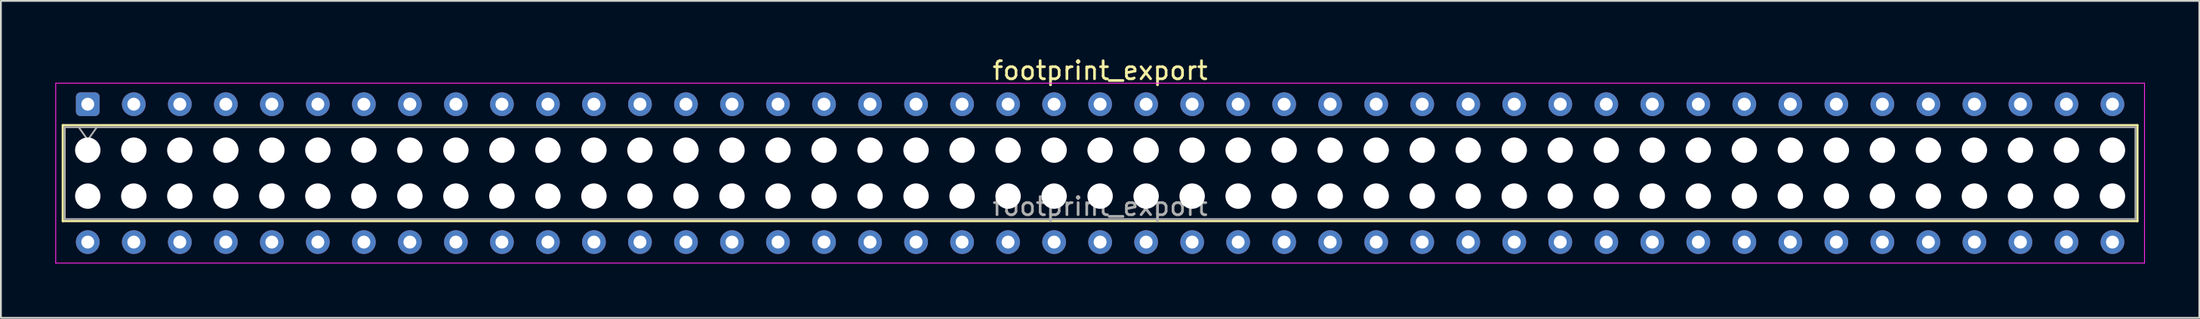
<source format=kicad_pcb>
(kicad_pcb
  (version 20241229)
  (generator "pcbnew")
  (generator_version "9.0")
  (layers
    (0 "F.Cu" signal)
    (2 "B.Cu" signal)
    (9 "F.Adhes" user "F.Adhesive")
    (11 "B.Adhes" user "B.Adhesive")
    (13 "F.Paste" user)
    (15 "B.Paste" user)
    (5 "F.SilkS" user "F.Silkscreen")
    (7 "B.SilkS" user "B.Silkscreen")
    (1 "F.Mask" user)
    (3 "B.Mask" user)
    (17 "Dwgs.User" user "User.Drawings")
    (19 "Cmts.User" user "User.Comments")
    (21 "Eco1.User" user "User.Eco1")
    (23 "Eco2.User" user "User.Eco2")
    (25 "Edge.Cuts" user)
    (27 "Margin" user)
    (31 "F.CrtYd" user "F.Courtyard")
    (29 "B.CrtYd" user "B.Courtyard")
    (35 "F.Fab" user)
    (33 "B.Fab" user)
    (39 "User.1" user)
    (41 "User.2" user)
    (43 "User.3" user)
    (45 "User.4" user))
  (footprint "footprint_export"
    (layer "F.Cu")
    (at 1.795 2.708)
    (property "Reference" "footprint_export" (at 55.88 -1.86 0) (layer "F.SilkS") (effects (font (size 1 1) (thickness 0.15))))
    (attr through_hole)
    (fp_line (start -1.38 1.16) (end 113.14 1.16) (stroke (width 0.12) (type solid)) (layer "F.SilkS"))
    (fp_line (start -1.38 6.46) (end -1.38 1.16) (stroke (width 0.12) (type solid)) (layer "F.SilkS"))
    (fp_line (start 113.14 1.16) (end 113.14 6.46) (stroke (width 0.12) (type solid)) (layer "F.SilkS"))
    (fp_line (start 113.14 6.46) (end -1.38 6.46) (stroke (width 0.12) (type solid)) (layer "F.SilkS"))
    (fp_line (start -1.77 -1.16) (end 113.53 -1.16) (stroke (width 0.05) (type solid)) (layer "F.CrtYd"))
    (fp_line (start -1.77 8.78) (end -1.77 -1.16) (stroke (width 0.05) (type solid)) (layer "F.CrtYd"))
    (fp_line (start 113.53 -1.16) (end 113.53 8.78) (stroke (width 0.05) (type solid)) (layer "F.CrtYd"))
    (fp_line (start 113.53 8.78) (end -1.77 8.78) (stroke (width 0.05) (type solid)) (layer "F.CrtYd"))
    (fp_line (start -1.27 1.27) (end 113.03 1.27) (stroke (width 0.1) (type solid)) (layer "F.Fab"))
    (fp_line (start -1.27 6.35) (end -1.27 1.27) (stroke (width 0.1) (type solid)) (layer "F.Fab"))
    (fp_line (start -0.5 1.27) (end 0 1.977) (stroke (width 0.1) (type solid)) (layer "F.Fab"))
    (fp_line (start 0 1.977) (end 0.5 1.27) (stroke (width 0.1) (type solid)) (layer "F.Fab"))
    (fp_line (start 113.03 1.27) (end 113.03 6.35) (stroke (width 0.1) (type solid)) (layer "F.Fab"))
    (fp_line (start 113.03 6.35) (end -1.27 6.35) (stroke (width 0.1) (type solid)) (layer "F.Fab"))
    (fp_text user "${REFERENCE}" (at 55.88 5.65 0) (layer "F.Fab") (effects (font (size 1 1) (thickness 0.15))))
    (pad "" np_thru_hole circle (at 0 2.54) (size 1.4 1.4) (drill 1.4) (layers "*.Cu" "*.Mask"))
    (pad "" np_thru_hole circle (at 0 5.08) (size 1.4 1.4) (drill 1.4) (layers "*.Cu" "*.Mask"))
    (pad "" np_thru_hole circle (at 2.54 2.54) (size 1.4 1.4) (drill 1.4) (layers "*.Cu" "*.Mask"))
    (pad "" np_thru_hole circle (at 2.54 5.08) (size 1.4 1.4) (drill 1.4) (layers "*.Cu" "*.Mask"))
    (pad "" np_thru_hole circle (at 5.08 2.54) (size 1.4 1.4) (drill 1.4) (layers "*.Cu" "*.Mask"))
    (pad "" np_thru_hole circle (at 5.08 5.08) (size 1.4 1.4) (drill 1.4) (layers "*.Cu" "*.Mask"))
    (pad "" np_thru_hole circle (at 7.62 2.54) (size 1.4 1.4) (drill 1.4) (layers "*.Cu" "*.Mask"))
    (pad "" np_thru_hole circle (at 7.62 5.08) (size 1.4 1.4) (drill 1.4) (layers "*.Cu" "*.Mask"))
    (pad "" np_thru_hole circle (at 10.16 2.54) (size 1.4 1.4) (drill 1.4) (layers "*.Cu" "*.Mask"))
    (pad "" np_thru_hole circle (at 10.16 5.08) (size 1.4 1.4) (drill 1.4) (layers "*.Cu" "*.Mask"))
    (pad "" np_thru_hole circle (at 12.7 2.54) (size 1.4 1.4) (drill 1.4) (layers "*.Cu" "*.Mask"))
    (pad "" np_thru_hole circle (at 12.7 5.08) (size 1.4 1.4) (drill 1.4) (layers "*.Cu" "*.Mask"))
    (pad "" np_thru_hole circle (at 15.24 2.54) (size 1.4 1.4) (drill 1.4) (layers "*.Cu" "*.Mask"))
    (pad "" np_thru_hole circle (at 15.24 5.08) (size 1.4 1.4) (drill 1.4) (layers "*.Cu" "*.Mask"))
    (pad "" np_thru_hole circle (at 17.78 2.54) (size 1.4 1.4) (drill 1.4) (layers "*.Cu" "*.Mask"))
    (pad "" np_thru_hole circle (at 17.78 5.08) (size 1.4 1.4) (drill 1.4) (layers "*.Cu" "*.Mask"))
    (pad "" np_thru_hole circle (at 20.32 2.54) (size 1.4 1.4) (drill 1.4) (layers "*.Cu" "*.Mask"))
    (pad "" np_thru_hole circle (at 20.32 5.08) (size 1.4 1.4) (drill 1.4) (layers "*.Cu" "*.Mask"))
    (pad "" np_thru_hole circle (at 22.86 2.54) (size 1.4 1.4) (drill 1.4) (layers "*.Cu" "*.Mask"))
    (pad "" np_thru_hole circle (at 22.86 5.08) (size 1.4 1.4) (drill 1.4) (layers "*.Cu" "*.Mask"))
    (pad "" np_thru_hole circle (at 25.4 2.54) (size 1.4 1.4) (drill 1.4) (layers "*.Cu" "*.Mask"))
    (pad "" np_thru_hole circle (at 25.4 5.08) (size 1.4 1.4) (drill 1.4) (layers "*.Cu" "*.Mask"))
    (pad "" np_thru_hole circle (at 27.94 2.54) (size 1.4 1.4) (drill 1.4) (layers "*.Cu" "*.Mask"))
    (pad "" np_thru_hole circle (at 27.94 5.08) (size 1.4 1.4) (drill 1.4) (layers "*.Cu" "*.Mask"))
    (pad "" np_thru_hole circle (at 30.48 2.54) (size 1.4 1.4) (drill 1.4) (layers "*.Cu" "*.Mask"))
    (pad "" np_thru_hole circle (at 30.48 5.08) (size 1.4 1.4) (drill 1.4) (layers "*.Cu" "*.Mask"))
    (pad "" np_thru_hole circle (at 33.02 2.54) (size 1.4 1.4) (drill 1.4) (layers "*.Cu" "*.Mask"))
    (pad "" np_thru_hole circle (at 33.02 5.08) (size 1.4 1.4) (drill 1.4) (layers "*.Cu" "*.Mask"))
    (pad "" np_thru_hole circle (at 35.56 2.54) (size 1.4 1.4) (drill 1.4) (layers "*.Cu" "*.Mask"))
    (pad "" np_thru_hole circle (at 35.56 5.08) (size 1.4 1.4) (drill 1.4) (layers "*.Cu" "*.Mask"))
    (pad "" np_thru_hole circle (at 38.1 2.54) (size 1.4 1.4) (drill 1.4) (layers "*.Cu" "*.Mask"))
    (pad "" np_thru_hole circle (at 38.1 5.08) (size 1.4 1.4) (drill 1.4) (layers "*.Cu" "*.Mask"))
    (pad "" np_thru_hole circle (at 40.64 2.54) (size 1.4 1.4) (drill 1.4) (layers "*.Cu" "*.Mask"))
    (pad "" np_thru_hole circle (at 40.64 5.08) (size 1.4 1.4) (drill 1.4) (layers "*.Cu" "*.Mask"))
    (pad "" np_thru_hole circle (at 43.18 2.54) (size 1.4 1.4) (drill 1.4) (layers "*.Cu" "*.Mask"))
    (pad "" np_thru_hole circle (at 43.18 5.08) (size 1.4 1.4) (drill 1.4) (layers "*.Cu" "*.Mask"))
    (pad "" np_thru_hole circle (at 45.72 2.54) (size 1.4 1.4) (drill 1.4) (layers "*.Cu" "*.Mask"))
    (pad "" np_thru_hole circle (at 45.72 5.08) (size 1.4 1.4) (drill 1.4) (layers "*.Cu" "*.Mask"))
    (pad "" np_thru_hole circle (at 48.26 2.54) (size 1.4 1.4) (drill 1.4) (layers "*.Cu" "*.Mask"))
    (pad "" np_thru_hole circle (at 48.26 5.08) (size 1.4 1.4) (drill 1.4) (layers "*.Cu" "*.Mask"))
    (pad "" np_thru_hole circle (at 50.8 2.54) (size 1.4 1.4) (drill 1.4) (layers "*.Cu" "*.Mask"))
    (pad "" np_thru_hole circle (at 50.8 5.08) (size 1.4 1.4) (drill 1.4) (layers "*.Cu" "*.Mask"))
    (pad "" np_thru_hole circle (at 53.34 2.54) (size 1.4 1.4) (drill 1.4) (layers "*.Cu" "*.Mask"))
    (pad "" np_thru_hole circle (at 53.34 5.08) (size 1.4 1.4) (drill 1.4) (layers "*.Cu" "*.Mask"))
    (pad "" np_thru_hole circle (at 55.88 2.54) (size 1.4 1.4) (drill 1.4) (layers "*.Cu" "*.Mask"))
    (pad "" np_thru_hole circle (at 55.88 5.08) (size 1.4 1.4) (drill 1.4) (layers "*.Cu" "*.Mask"))
    (pad "" np_thru_hole circle (at 58.42 2.54) (size 1.4 1.4) (drill 1.4) (layers "*.Cu" "*.Mask"))
    (pad "" np_thru_hole circle (at 58.42 5.08) (size 1.4 1.4) (drill 1.4) (layers "*.Cu" "*.Mask"))
    (pad "" np_thru_hole circle (at 60.96 2.54) (size 1.4 1.4) (drill 1.4) (layers "*.Cu" "*.Mask"))
    (pad "" np_thru_hole circle (at 60.96 5.08) (size 1.4 1.4) (drill 1.4) (layers "*.Cu" "*.Mask"))
    (pad "" np_thru_hole circle (at 63.5 2.54) (size 1.4 1.4) (drill 1.4) (layers "*.Cu" "*.Mask"))
    (pad "" np_thru_hole circle (at 63.5 5.08) (size 1.4 1.4) (drill 1.4) (layers "*.Cu" "*.Mask"))
    (pad "" np_thru_hole circle (at 66.04 2.54) (size 1.4 1.4) (drill 1.4) (layers "*.Cu" "*.Mask"))
    (pad "" np_thru_hole circle (at 66.04 5.08) (size 1.4 1.4) (drill 1.4) (layers "*.Cu" "*.Mask"))
    (pad "" np_thru_hole circle (at 68.58 2.54) (size 1.4 1.4) (drill 1.4) (layers "*.Cu" "*.Mask"))
    (pad "" np_thru_hole circle (at 68.58 5.08) (size 1.4 1.4) (drill 1.4) (layers "*.Cu" "*.Mask"))
    (pad "" np_thru_hole circle (at 71.12 2.54) (size 1.4 1.4) (drill 1.4) (layers "*.Cu" "*.Mask"))
    (pad "" np_thru_hole circle (at 71.12 5.08) (size 1.4 1.4) (drill 1.4) (layers "*.Cu" "*.Mask"))
    (pad "" np_thru_hole circle (at 73.66 2.54) (size 1.4 1.4) (drill 1.4) (layers "*.Cu" "*.Mask"))
    (pad "" np_thru_hole circle (at 73.66 5.08) (size 1.4 1.4) (drill 1.4) (layers "*.Cu" "*.Mask"))
    (pad "" np_thru_hole circle (at 76.2 2.54) (size 1.4 1.4) (drill 1.4) (layers "*.Cu" "*.Mask"))
    (pad "" np_thru_hole circle (at 76.2 5.08) (size 1.4 1.4) (drill 1.4) (layers "*.Cu" "*.Mask"))
    (pad "" np_thru_hole circle (at 78.74 2.54) (size 1.4 1.4) (drill 1.4) (layers "*.Cu" "*.Mask"))
    (pad "" np_thru_hole circle (at 78.74 5.08) (size 1.4 1.4) (drill 1.4) (layers "*.Cu" "*.Mask"))
    (pad "" np_thru_hole circle (at 81.28 2.54) (size 1.4 1.4) (drill 1.4) (layers "*.Cu" "*.Mask"))
    (pad "" np_thru_hole circle (at 81.28 5.08) (size 1.4 1.4) (drill 1.4) (layers "*.Cu" "*.Mask"))
    (pad "" np_thru_hole circle (at 83.82 2.54) (size 1.4 1.4) (drill 1.4) (layers "*.Cu" "*.Mask"))
    (pad "" np_thru_hole circle (at 83.82 5.08) (size 1.4 1.4) (drill 1.4) (layers "*.Cu" "*.Mask"))
    (pad "" np_thru_hole circle (at 86.36 2.54) (size 1.4 1.4) (drill 1.4) (layers "*.Cu" "*.Mask"))
    (pad "" np_thru_hole circle (at 86.36 5.08) (size 1.4 1.4) (drill 1.4) (layers "*.Cu" "*.Mask"))
    (pad "" np_thru_hole circle (at 88.9 2.54) (size 1.4 1.4) (drill 1.4) (layers "*.Cu" "*.Mask"))
    (pad "" np_thru_hole circle (at 88.9 5.08) (size 1.4 1.4) (drill 1.4) (layers "*.Cu" "*.Mask"))
    (pad "" np_thru_hole circle (at 91.44 2.54) (size 1.4 1.4) (drill 1.4) (layers "*.Cu" "*.Mask"))
    (pad "" np_thru_hole circle (at 91.44 5.08) (size 1.4 1.4) (drill 1.4) (layers "*.Cu" "*.Mask"))
    (pad "" np_thru_hole circle (at 93.98 2.54) (size 1.4 1.4) (drill 1.4) (layers "*.Cu" "*.Mask"))
    (pad "" np_thru_hole circle (at 93.98 5.08) (size 1.4 1.4) (drill 1.4) (layers "*.Cu" "*.Mask"))
    (pad "" np_thru_hole circle (at 96.52 2.54) (size 1.4 1.4) (drill 1.4) (layers "*.Cu" "*.Mask"))
    (pad "" np_thru_hole circle (at 96.52 5.08) (size 1.4 1.4) (drill 1.4) (layers "*.Cu" "*.Mask"))
    (pad "" np_thru_hole circle (at 99.06 2.54) (size 1.4 1.4) (drill 1.4) (layers "*.Cu" "*.Mask"))
    (pad "" np_thru_hole circle (at 99.06 5.08) (size 1.4 1.4) (drill 1.4) (layers "*.Cu" "*.Mask"))
    (pad "" np_thru_hole circle (at 101.6 2.54) (size 1.4 1.4) (drill 1.4) (layers "*.Cu" "*.Mask"))
    (pad "" np_thru_hole circle (at 101.6 5.08) (size 1.4 1.4) (drill 1.4) (layers "*.Cu" "*.Mask"))
    (pad "" np_thru_hole circle (at 104.14 2.54) (size 1.4 1.4) (drill 1.4) (layers "*.Cu" "*.Mask"))
    (pad "" np_thru_hole circle (at 104.14 5.08) (size 1.4 1.4) (drill 1.4) (layers "*.Cu" "*.Mask"))
    (pad "" np_thru_hole circle (at 106.68 2.54) (size 1.4 1.4) (drill 1.4) (layers "*.Cu" "*.Mask"))
    (pad "" np_thru_hole circle (at 106.68 5.08) (size 1.4 1.4) (drill 1.4) (layers "*.Cu" "*.Mask"))
    (pad "" np_thru_hole circle (at 109.22 2.54) (size 1.4 1.4) (drill 1.4) (layers "*.Cu" "*.Mask"))
    (pad "" np_thru_hole circle (at 109.22 5.08) (size 1.4 1.4) (drill 1.4) (layers "*.Cu" "*.Mask"))
    (pad "" np_thru_hole circle (at 111.76 2.54) (size 1.4 1.4) (drill 1.4) (layers "*.Cu" "*.Mask"))
    (pad "" np_thru_hole circle (at 111.76 5.08) (size 1.4 1.4) (drill 1.4) (layers "*.Cu" "*.Mask"))
    (pad "1" thru_hole roundrect (at 0 0) (size 1.31 1.31) (drill 0.71) (layers "*.Cu" "*.Mask") (roundrect_rratio 0.191))
    (pad "2" thru_hole circle (at 0 7.62) (size 1.31 1.31) (drill 0.71) (layers "*.Cu" "*.Mask"))
    (pad "3" thru_hole circle (at 2.54 0) (size 1.31 1.31) (drill 0.71) (layers "*.Cu" "*.Mask"))
    (pad "4" thru_hole circle (at 2.54 7.62) (size 1.31 1.31) (drill 0.71) (layers "*.Cu" "*.Mask"))
    (pad "5" thru_hole circle (at 5.08 0) (size 1.31 1.31) (drill 0.71) (layers "*.Cu" "*.Mask"))
    (pad "6" thru_hole circle (at 5.08 7.62) (size 1.31 1.31) (drill 0.71) (layers "*.Cu" "*.Mask"))
    (pad "7" thru_hole circle (at 7.62 0) (size 1.31 1.31) (drill 0.71) (layers "*.Cu" "*.Mask"))
    (pad "8" thru_hole circle (at 7.62 7.62) (size 1.31 1.31) (drill 0.71) (layers "*.Cu" "*.Mask"))
    (pad "9" thru_hole circle (at 10.16 0) (size 1.31 1.31) (drill 0.71) (layers "*.Cu" "*.Mask"))
    (pad "10" thru_hole circle (at 10.16 7.62) (size 1.31 1.31) (drill 0.71) (layers "*.Cu" "*.Mask"))
    (pad "11" thru_hole circle (at 12.7 0) (size 1.31 1.31) (drill 0.71) (layers "*.Cu" "*.Mask"))
    (pad "12" thru_hole circle (at 12.7 7.62) (size 1.31 1.31) (drill 0.71) (layers "*.Cu" "*.Mask"))
    (pad "13" thru_hole circle (at 15.24 0) (size 1.31 1.31) (drill 0.71) (layers "*.Cu" "*.Mask"))
    (pad "14" thru_hole circle (at 15.24 7.62) (size 1.31 1.31) (drill 0.71) (layers "*.Cu" "*.Mask"))
    (pad "15" thru_hole circle (at 17.78 0) (size 1.31 1.31) (drill 0.71) (layers "*.Cu" "*.Mask"))
    (pad "16" thru_hole circle (at 17.78 7.62) (size 1.31 1.31) (drill 0.71) (layers "*.Cu" "*.Mask"))
    (pad "17" thru_hole circle (at 20.32 0) (size 1.31 1.31) (drill 0.71) (layers "*.Cu" "*.Mask"))
    (pad "18" thru_hole circle (at 20.32 7.62) (size 1.31 1.31) (drill 0.71) (layers "*.Cu" "*.Mask"))
    (pad "19" thru_hole circle (at 22.86 0) (size 1.31 1.31) (drill 0.71) (layers "*.Cu" "*.Mask"))
    (pad "20" thru_hole circle (at 22.86 7.62) (size 1.31 1.31) (drill 0.71) (layers "*.Cu" "*.Mask"))
    (pad "21" thru_hole circle (at 25.4 0) (size 1.31 1.31) (drill 0.71) (layers "*.Cu" "*.Mask"))
    (pad "22" thru_hole circle (at 25.4 7.62) (size 1.31 1.31) (drill 0.71) (layers "*.Cu" "*.Mask"))
    (pad "23" thru_hole circle (at 27.94 0) (size 1.31 1.31) (drill 0.71) (layers "*.Cu" "*.Mask"))
    (pad "24" thru_hole circle (at 27.94 7.62) (size 1.31 1.31) (drill 0.71) (layers "*.Cu" "*.Mask"))
    (pad "25" thru_hole circle (at 30.48 0) (size 1.31 1.31) (drill 0.71) (layers "*.Cu" "*.Mask"))
    (pad "26" thru_hole circle (at 30.48 7.62) (size 1.31 1.31) (drill 0.71) (layers "*.Cu" "*.Mask"))
    (pad "27" thru_hole circle (at 33.02 0) (size 1.31 1.31) (drill 0.71) (layers "*.Cu" "*.Mask"))
    (pad "28" thru_hole circle (at 33.02 7.62) (size 1.31 1.31) (drill 0.71) (layers "*.Cu" "*.Mask"))
    (pad "29" thru_hole circle (at 35.56 0) (size 1.31 1.31) (drill 0.71) (layers "*.Cu" "*.Mask"))
    (pad "30" thru_hole circle (at 35.56 7.62) (size 1.31 1.31) (drill 0.71) (layers "*.Cu" "*.Mask"))
    (pad "31" thru_hole circle (at 38.1 0) (size 1.31 1.31) (drill 0.71) (layers "*.Cu" "*.Mask"))
    (pad "32" thru_hole circle (at 38.1 7.62) (size 1.31 1.31) (drill 0.71) (layers "*.Cu" "*.Mask"))
    (pad "33" thru_hole circle (at 40.64 0) (size 1.31 1.31) (drill 0.71) (layers "*.Cu" "*.Mask"))
    (pad "34" thru_hole circle (at 40.64 7.62) (size 1.31 1.31) (drill 0.71) (layers "*.Cu" "*.Mask"))
    (pad "35" thru_hole circle (at 43.18 0) (size 1.31 1.31) (drill 0.71) (layers "*.Cu" "*.Mask"))
    (pad "36" thru_hole circle (at 43.18 7.62) (size 1.31 1.31) (drill 0.71) (layers "*.Cu" "*.Mask"))
    (pad "37" thru_hole circle (at 45.72 0) (size 1.31 1.31) (drill 0.71) (layers "*.Cu" "*.Mask"))
    (pad "38" thru_hole circle (at 45.72 7.62) (size 1.31 1.31) (drill 0.71) (layers "*.Cu" "*.Mask"))
    (pad "39" thru_hole circle (at 48.26 0) (size 1.31 1.31) (drill 0.71) (layers "*.Cu" "*.Mask"))
    (pad "40" thru_hole circle (at 48.26 7.62) (size 1.31 1.31) (drill 0.71) (layers "*.Cu" "*.Mask"))
    (pad "41" thru_hole circle (at 50.8 0) (size 1.31 1.31) (drill 0.71) (layers "*.Cu" "*.Mask"))
    (pad "42" thru_hole circle (at 50.8 7.62) (size 1.31 1.31) (drill 0.71) (layers "*.Cu" "*.Mask"))
    (pad "43" thru_hole circle (at 53.34 0) (size 1.31 1.31) (drill 0.71) (layers "*.Cu" "*.Mask"))
    (pad "44" thru_hole circle (at 53.34 7.62) (size 1.31 1.31) (drill 0.71) (layers "*.Cu" "*.Mask"))
    (pad "45" thru_hole circle (at 55.88 0) (size 1.31 1.31) (drill 0.71) (layers "*.Cu" "*.Mask"))
    (pad "46" thru_hole circle (at 55.88 7.62) (size 1.31 1.31) (drill 0.71) (layers "*.Cu" "*.Mask"))
    (pad "47" thru_hole circle (at 58.42 0) (size 1.31 1.31) (drill 0.71) (layers "*.Cu" "*.Mask"))
    (pad "48" thru_hole circle (at 58.42 7.62) (size 1.31 1.31) (drill 0.71) (layers "*.Cu" "*.Mask"))
    (pad "49" thru_hole circle (at 60.96 0) (size 1.31 1.31) (drill 0.71) (layers "*.Cu" "*.Mask"))
    (pad "50" thru_hole circle (at 60.96 7.62) (size 1.31 1.31) (drill 0.71) (layers "*.Cu" "*.Mask"))
    (pad "51" thru_hole circle (at 63.5 0) (size 1.31 1.31) (drill 0.71) (layers "*.Cu" "*.Mask"))
    (pad "52" thru_hole circle (at 63.5 7.62) (size 1.31 1.31) (drill 0.71) (layers "*.Cu" "*.Mask"))
    (pad "53" thru_hole circle (at 66.04 0) (size 1.31 1.31) (drill 0.71) (layers "*.Cu" "*.Mask"))
    (pad "54" thru_hole circle (at 66.04 7.62) (size 1.31 1.31) (drill 0.71) (layers "*.Cu" "*.Mask"))
    (pad "55" thru_hole circle (at 68.58 0) (size 1.31 1.31) (drill 0.71) (layers "*.Cu" "*.Mask"))
    (pad "56" thru_hole circle (at 68.58 7.62) (size 1.31 1.31) (drill 0.71) (layers "*.Cu" "*.Mask"))
    (pad "57" thru_hole circle (at 71.12 0) (size 1.31 1.31) (drill 0.71) (layers "*.Cu" "*.Mask"))
    (pad "58" thru_hole circle (at 71.12 7.62) (size 1.31 1.31) (drill 0.71) (layers "*.Cu" "*.Mask"))
    (pad "59" thru_hole circle (at 73.66 0) (size 1.31 1.31) (drill 0.71) (layers "*.Cu" "*.Mask"))
    (pad "60" thru_hole circle (at 73.66 7.62) (size 1.31 1.31) (drill 0.71) (layers "*.Cu" "*.Mask"))
    (pad "61" thru_hole circle (at 76.2 0) (size 1.31 1.31) (drill 0.71) (layers "*.Cu" "*.Mask"))
    (pad "62" thru_hole circle (at 76.2 7.62) (size 1.31 1.31) (drill 0.71) (layers "*.Cu" "*.Mask"))
    (pad "63" thru_hole circle (at 78.74 0) (size 1.31 1.31) (drill 0.71) (layers "*.Cu" "*.Mask"))
    (pad "64" thru_hole circle (at 78.74 7.62) (size 1.31 1.31) (drill 0.71) (layers "*.Cu" "*.Mask"))
    (pad "65" thru_hole circle (at 81.28 0) (size 1.31 1.31) (drill 0.71) (layers "*.Cu" "*.Mask"))
    (pad "66" thru_hole circle (at 81.28 7.62) (size 1.31 1.31) (drill 0.71) (layers "*.Cu" "*.Mask"))
    (pad "67" thru_hole circle (at 83.82 0) (size 1.31 1.31) (drill 0.71) (layers "*.Cu" "*.Mask"))
    (pad "68" thru_hole circle (at 83.82 7.62) (size 1.31 1.31) (drill 0.71) (layers "*.Cu" "*.Mask"))
    (pad "69" thru_hole circle (at 86.36 0) (size 1.31 1.31) (drill 0.71) (layers "*.Cu" "*.Mask"))
    (pad "70" thru_hole circle (at 86.36 7.62) (size 1.31 1.31) (drill 0.71) (layers "*.Cu" "*.Mask"))
    (pad "71" thru_hole circle (at 88.9 0) (size 1.31 1.31) (drill 0.71) (layers "*.Cu" "*.Mask"))
    (pad "72" thru_hole circle (at 88.9 7.62) (size 1.31 1.31) (drill 0.71) (layers "*.Cu" "*.Mask"))
    (pad "73" thru_hole circle (at 91.44 0) (size 1.31 1.31) (drill 0.71) (layers "*.Cu" "*.Mask"))
    (pad "74" thru_hole circle (at 91.44 7.62) (size 1.31 1.31) (drill 0.71) (layers "*.Cu" "*.Mask"))
    (pad "75" thru_hole circle (at 93.98 0) (size 1.31 1.31) (drill 0.71) (layers "*.Cu" "*.Mask"))
    (pad "76" thru_hole circle (at 93.98 7.62) (size 1.31 1.31) (drill 0.71) (layers "*.Cu" "*.Mask"))
    (pad "77" thru_hole circle (at 96.52 0) (size 1.31 1.31) (drill 0.71) (layers "*.Cu" "*.Mask"))
    (pad "78" thru_hole circle (at 96.52 7.62) (size 1.31 1.31) (drill 0.71) (layers "*.Cu" "*.Mask"))
    (pad "79" thru_hole circle (at 99.06 0) (size 1.31 1.31) (drill 0.71) (layers "*.Cu" "*.Mask"))
    (pad "80" thru_hole circle (at 99.06 7.62) (size 1.31 1.31) (drill 0.71) (layers "*.Cu" "*.Mask"))
    (pad "81" thru_hole circle (at 101.6 0) (size 1.31 1.31) (drill 0.71) (layers "*.Cu" "*.Mask"))
    (pad "82" thru_hole circle (at 101.6 7.62) (size 1.31 1.31) (drill 0.71) (layers "*.Cu" "*.Mask"))
    (pad "83" thru_hole circle (at 104.14 0) (size 1.31 1.31) (drill 0.71) (layers "*.Cu" "*.Mask"))
    (pad "84" thru_hole circle (at 104.14 7.62) (size 1.31 1.31) (drill 0.71) (layers "*.Cu" "*.Mask"))
    (pad "85" thru_hole circle (at 106.68 0) (size 1.31 1.31) (drill 0.71) (layers "*.Cu" "*.Mask"))
    (pad "86" thru_hole circle (at 106.68 7.62) (size 1.31 1.31) (drill 0.71) (layers "*.Cu" "*.Mask"))
    (pad "87" thru_hole circle (at 109.22 0) (size 1.31 1.31) (drill 0.71) (layers "*.Cu" "*.Mask"))
    (pad "88" thru_hole circle (at 109.22 7.62) (size 1.31 1.31) (drill 0.71) (layers "*.Cu" "*.Mask"))
    (pad "89" thru_hole circle (at 111.76 0) (size 1.31 1.31) (drill 0.71) (layers "*.Cu" "*.Mask"))
    (pad "90" thru_hole circle (at 111.76 7.62) (size 1.31 1.31) (drill 0.71) (layers "*.Cu" "*.Mask")))
  (gr_rect
    (start -3 -3)
    (end 118.35 14.513)
    (stroke (width 0.1) (type default))
    (fill no)
    (layer "Edge.Cuts")))
</source>
